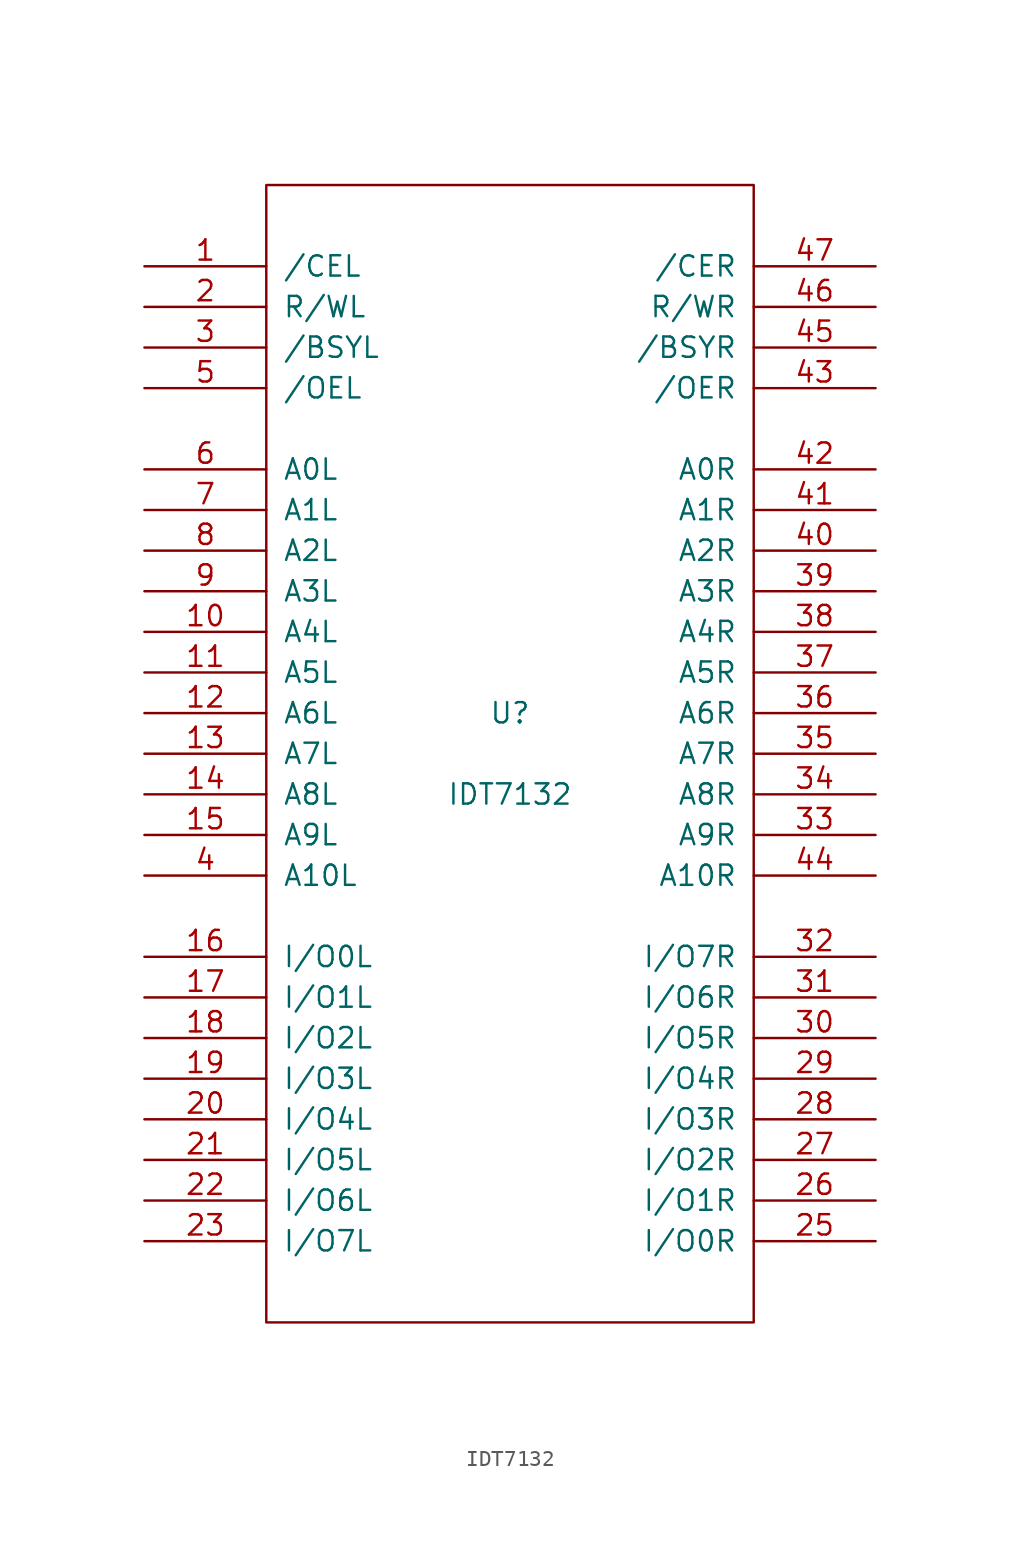
<source format=kicad_sym>
(kicad_symbol_lib
  (version 20231120)
  (generator "kicad_symbol_editor")
  (generator_version "8.0")
  (symbol "IDT7132"
    (pin_names
      (offset 1.016))
    (property "Reference" "U"
      (at 0 2.54 0)
      (effects (font (size 1.27 1.27))))
    (property "Value" "IDT7132"
      (at 0 -2.54 0)
      (effects (font (size 1.27 1.27))))
    (property "Footprint" ""
      (at 0 0 0)
      (effects (font (size 1.27 1.27))))
    (property "Datasheet" ""
      (at 0 0 0)
      (effects (font (size 1.27 1.27))))
    (symbol "IDT7132_0_1"
      (rectangle (start -15.24 -35.56) (end 15.24 35.56) (stroke (width 0) (type solid)) (fill (type none))))
    (symbol "IDT7132_1_1"
      (pin input line (at -22.86 30.48 0) (length 7.62) (name "/CEL" (effects (font (size 1.27 1.27)))) (number "1" (effects (font (size 1.27 1.27)))))
      (pin input line (at -22.86 7.62 0) (length 7.62) (name "A4L" (effects (font (size 1.27 1.27)))) (number "10" (effects (font (size 1.27 1.27)))))
      (pin input line (at -22.86 5.08 0) (length 7.62) (name "A5L" (effects (font (size 1.27 1.27)))) (number "11" (effects (font (size 1.27 1.27)))))
      (pin input line (at -22.86 2.54 0) (length 7.62) (name "A6L" (effects (font (size 1.27 1.27)))) (number "12" (effects (font (size 1.27 1.27)))))
      (pin input line (at -22.86 0 0) (length 7.62) (name "A7L" (effects (font (size 1.27 1.27)))) (number "13" (effects (font (size 1.27 1.27)))))
      (pin input line (at -22.86 -2.54 0) (length 7.62) (name "A8L" (effects (font (size 1.27 1.27)))) (number "14" (effects (font (size 1.27 1.27)))))
      (pin input line (at -22.86 -5.08 0) (length 7.62) (name "A9L" (effects (font (size 1.27 1.27)))) (number "15" (effects (font (size 1.27 1.27)))))
      (pin input line (at -22.86 -12.7 0) (length 7.62) (name "I/O0L" (effects (font (size 1.27 1.27)))) (number "16" (effects (font (size 1.27 1.27)))))
      (pin input line (at -22.86 -15.24 0) (length 7.62) (name "I/O1L" (effects (font (size 1.27 1.27)))) (number "17" (effects (font (size 1.27 1.27)))))
      (pin input line (at -22.86 -17.78 0) (length 7.62) (name "I/O2L" (effects (font (size 1.27 1.27)))) (number "18" (effects (font (size 1.27 1.27)))))
      (pin input line (at -22.86 -20.32 0) (length 7.62) (name "I/O3L" (effects (font (size 1.27 1.27)))) (number "19" (effects (font (size 1.27 1.27)))))
      (pin input line (at -22.86 27.94 0) (length 7.62) (name "R/WL" (effects (font (size 1.27 1.27)))) (number "2" (effects (font (size 1.27 1.27)))))
      (pin input line (at -22.86 -22.86 0) (length 7.62) (name "I/O4L" (effects (font (size 1.27 1.27)))) (number "20" (effects (font (size 1.27 1.27)))))
      (pin input line (at -22.86 -25.4 0) (length 7.62) (name "I/O5L" (effects (font (size 1.27 1.27)))) (number "21" (effects (font (size 1.27 1.27)))))
      (pin input line (at -22.86 -27.94 0) (length 7.62) (name "I/O6L" (effects (font (size 1.27 1.27)))) (number "22" (effects (font (size 1.27 1.27)))))
      (pin input line (at -22.86 -30.48 0) (length 7.62) (name "I/O7L" (effects (font (size 1.27 1.27)))) (number "23" (effects (font (size 1.27 1.27)))))
      (pin power_in line (at 0 -35.56 90) (length 0) hide (name "GND" (effects (font (size 1.27 1.27)))) (number "24" (effects (font (size 1.27 1.27)))))
      (pin input line (at 22.86 -30.48 180) (length 7.62) (name "I/O0R" (effects (font (size 1.27 1.27)))) (number "25" (effects (font (size 1.27 1.27)))))
      (pin input line (at 22.86 -27.94 180) (length 7.62) (name "I/O1R" (effects (font (size 1.27 1.27)))) (number "26" (effects (font (size 1.27 1.27)))))
      (pin input line (at 22.86 -25.4 180) (length 7.62) (name "I/O2R" (effects (font (size 1.27 1.27)))) (number "27" (effects (font (size 1.27 1.27)))))
      (pin input line (at 22.86 -22.86 180) (length 7.62) (name "I/O3R" (effects (font (size 1.27 1.27)))) (number "28" (effects (font (size 1.27 1.27)))))
      (pin input line (at 22.86 -20.32 180) (length 7.62) (name "I/O4R" (effects (font (size 1.27 1.27)))) (number "29" (effects (font (size 1.27 1.27)))))
      (pin output line (at -22.86 25.4 0) (length 7.62) (name "/BSYL" (effects (font (size 1.27 1.27)))) (number "3" (effects (font (size 1.27 1.27)))))
      (pin input line (at 22.86 -17.78 180) (length 7.62) (name "I/O5R" (effects (font (size 1.27 1.27)))) (number "30" (effects (font (size 1.27 1.27)))))
      (pin input line (at 22.86 -15.24 180) (length 7.62) (name "I/O6R" (effects (font (size 1.27 1.27)))) (number "31" (effects (font (size 1.27 1.27)))))
      (pin input line (at 22.86 -12.7 180) (length 7.62) (name "I/O7R" (effects (font (size 1.27 1.27)))) (number "32" (effects (font (size 1.27 1.27)))))
      (pin input line (at 22.86 -5.08 180) (length 7.62) (name "A9R" (effects (font (size 1.27 1.27)))) (number "33" (effects (font (size 1.27 1.27)))))
      (pin input line (at 22.86 -2.54 180) (length 7.62) (name "A8R" (effects (font (size 1.27 1.27)))) (number "34" (effects (font (size 1.27 1.27)))))
      (pin input line (at 22.86 0 180) (length 7.62) (name "A7R" (effects (font (size 1.27 1.27)))) (number "35" (effects (font (size 1.27 1.27)))))
      (pin input line (at 22.86 2.54 180) (length 7.62) (name "A6R" (effects (font (size 1.27 1.27)))) (number "36" (effects (font (size 1.27 1.27)))))
      (pin input line (at 22.86 5.08 180) (length 7.62) (name "A5R" (effects (font (size 1.27 1.27)))) (number "37" (effects (font (size 1.27 1.27)))))
      (pin input line (at 22.86 7.62 180) (length 7.62) (name "A4R" (effects (font (size 1.27 1.27)))) (number "38" (effects (font (size 1.27 1.27)))))
      (pin input line (at 22.86 10.16 180) (length 7.62) (name "A3R" (effects (font (size 1.27 1.27)))) (number "39" (effects (font (size 1.27 1.27)))))
      (pin input line (at -22.86 -7.62 0) (length 7.62) (name "A10L" (effects (font (size 1.27 1.27)))) (number "4" (effects (font (size 1.27 1.27)))))
      (pin input line (at 22.86 12.7 180) (length 7.62) (name "A2R" (effects (font (size 1.27 1.27)))) (number "40" (effects (font (size 1.27 1.27)))))
      (pin input line (at 22.86 15.24 180) (length 7.62) (name "A1R" (effects (font (size 1.27 1.27)))) (number "41" (effects (font (size 1.27 1.27)))))
      (pin input line (at 22.86 17.78 180) (length 7.62) (name "A0R" (effects (font (size 1.27 1.27)))) (number "42" (effects (font (size 1.27 1.27)))))
      (pin input line (at 22.86 22.86 180) (length 7.62) (name "/OER" (effects (font (size 1.27 1.27)))) (number "43" (effects (font (size 1.27 1.27)))))
      (pin input line (at 22.86 -7.62 180) (length 7.62) (name "A10R" (effects (font (size 1.27 1.27)))) (number "44" (effects (font (size 1.27 1.27)))))
      (pin output line (at 22.86 25.4 180) (length 7.62) (name "/BSYR" (effects (font (size 1.27 1.27)))) (number "45" (effects (font (size 1.27 1.27)))))
      (pin input line (at 22.86 27.94 180) (length 7.62) (name "R/WR" (effects (font (size 1.27 1.27)))) (number "46" (effects (font (size 1.27 1.27)))))
      (pin input line (at 22.86 30.48 180) (length 7.62) (name "/CER" (effects (font (size 1.27 1.27)))) (number "47" (effects (font (size 1.27 1.27)))))
      (pin power_in line (at 0 35.56 90) (length 0) hide (name "VCC" (effects (font (size 1.27 1.27)))) (number "48" (effects (font (size 1.27 1.27)))))
      (pin input line (at -22.86 22.86 0) (length 7.62) (name "/OEL" (effects (font (size 1.27 1.27)))) (number "5" (effects (font (size 1.27 1.27)))))
      (pin input line (at -22.86 17.78 0) (length 7.62) (name "A0L" (effects (font (size 1.27 1.27)))) (number "6" (effects (font (size 1.27 1.27)))))
      (pin input line (at -22.86 15.24 0) (length 7.62) (name "A1L" (effects (font (size 1.27 1.27)))) (number "7" (effects (font (size 1.27 1.27)))))
      (pin input line (at -22.86 12.7 0) (length 7.62) (name "A2L" (effects (font (size 1.27 1.27)))) (number "8" (effects (font (size 1.27 1.27)))))
      (pin input line (at -22.86 10.16 0) (length 7.62) (name "A3L" (effects (font (size 1.27 1.27)))) (number "9" (effects (font (size 1.27 1.27))))))))
</source>
